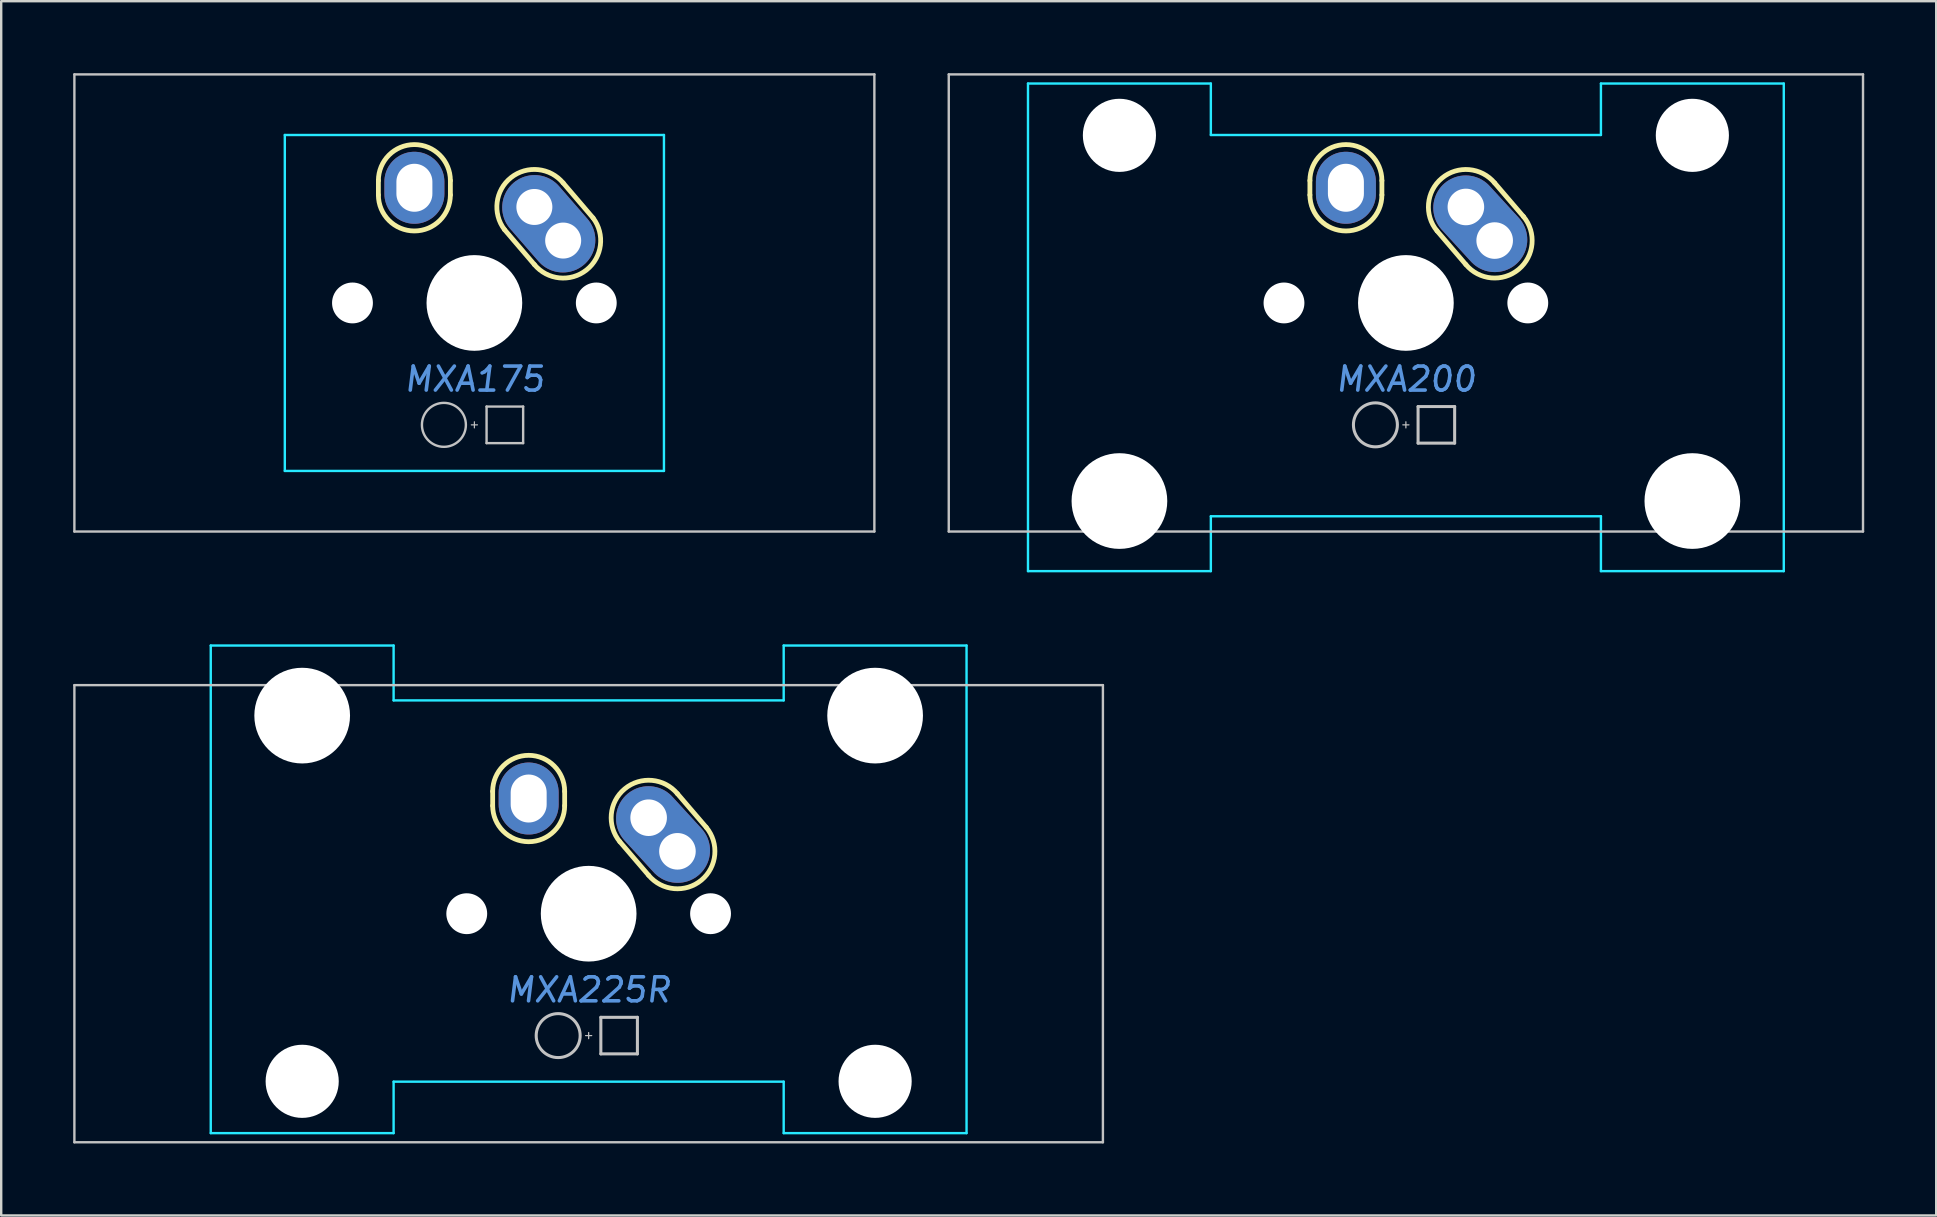
<source format=kicad_pcb>
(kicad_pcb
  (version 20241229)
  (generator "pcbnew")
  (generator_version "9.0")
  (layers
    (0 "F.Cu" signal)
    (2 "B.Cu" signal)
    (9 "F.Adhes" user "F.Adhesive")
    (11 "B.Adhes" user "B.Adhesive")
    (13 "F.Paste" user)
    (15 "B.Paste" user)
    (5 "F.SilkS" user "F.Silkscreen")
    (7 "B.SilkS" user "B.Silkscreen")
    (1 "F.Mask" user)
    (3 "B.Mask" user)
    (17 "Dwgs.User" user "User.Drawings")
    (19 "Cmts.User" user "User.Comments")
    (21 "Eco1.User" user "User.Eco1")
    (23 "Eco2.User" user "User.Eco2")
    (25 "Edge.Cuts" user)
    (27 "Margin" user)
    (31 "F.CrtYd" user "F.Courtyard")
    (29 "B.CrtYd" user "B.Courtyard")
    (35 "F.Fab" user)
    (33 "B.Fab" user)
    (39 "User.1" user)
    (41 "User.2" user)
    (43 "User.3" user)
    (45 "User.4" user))
  (footprint "MXA225R"
    (layer "F.Cu")
    (at 21.481 35.027)
    (property "Reference" "MXA225R" (at 0 3.175 0) (layer "Cmts.User") (effects (font (size 1 1) (thickness 0.15) (italic yes))))
    (attr through_hole)
    (fp_line (start -4 -4.5) (end -4 -5.1) (stroke (width 0.2) (type solid)) (layer "F.SilkS"))
    (fp_line (start -1 -4.5) (end -1 -5.1) (stroke (width 0.2) (type solid)) (layer "F.SilkS"))
    (fp_line (start 1.3 -3) (end 2.5 -1.6) (stroke (width 0.2) (type solid)) (layer "F.SilkS"))
    (fp_line (start 3.7 -5) (end 4.9 -3.6) (stroke (width 0.2) (type solid)) (layer "F.SilkS"))
    (fp_arc (start -4 -5.1) (mid -2.5 -6.6) (end -1 -5.1) (stroke (width 0.2) (type solid)) (layer "F.SilkS"))
    (fp_arc (start -1 -4.5) (mid -2.5 -3) (end -4 -4.5) (stroke (width 0.2) (type solid)) (layer "F.SilkS"))
    (fp_arc (start 1.3 -3) (mid 1.5 -5.2) (end 3.7 -5) (stroke (width 0.2) (type solid)) (layer "F.SilkS"))
    (fp_arc (start 4.9 -3.6) (mid 4.7 -1.4) (end 2.5 -1.6) (stroke (width 0.2) (type solid)) (layer "F.SilkS"))
    (fp_line (start -21.431 -9.525) (end -21.431 9.525) (stroke (width 0.1) (type solid)) (layer "Dwgs.User"))
    (fp_line (start -0.127 5.08) (end 0.127 5.08) (stroke (width 0.051) (type solid)) (layer "Dwgs.User"))
    (fp_line (start 0 4.953) (end 0 5.207) (stroke (width 0.051) (type solid)) (layer "Dwgs.User"))
    (fp_line (start 0.508 4.318) (end 0.508 5.842) (stroke (width 0.127) (type solid)) (layer "Dwgs.User"))
    (fp_line (start 0.508 4.318) (end 2.032 4.318) (stroke (width 0.127) (type solid)) (layer "Dwgs.User"))
    (fp_line (start 0.508 5.842) (end 2.032 5.842) (stroke (width 0.127) (type solid)) (layer "Dwgs.User"))
    (fp_line (start 2.032 5.842) (end 2.032 4.318) (stroke (width 0.127) (type solid)) (layer "Dwgs.User"))
    (fp_line (start 21.431 -9.525) (end -21.431 -9.525) (stroke (width 0.1) (type solid)) (layer "Dwgs.User"))
    (fp_line (start 21.431 -9.525) (end 21.431 9.525) (stroke (width 0.1) (type solid)) (layer "Dwgs.User"))
    (fp_line (start 21.431 9.525) (end -21.431 9.525) (stroke (width 0.1) (type solid)) (layer "Dwgs.User"))
    (fp_circle (center -1.27 5.08) (end -0.354 5.08) (stroke (width 0.127) (type solid)) (fill no) (layer "Dwgs.User"))
    (fp_line (start -15.748 9.144) (end -15.748 -11.176) (stroke (width 0.1) (type solid)) (layer "B.CrtYd"))
    (fp_line (start -8.128 -11.176) (end -15.748 -11.176) (stroke (width 0.1) (type solid)) (layer "B.CrtYd"))
    (fp_line (start -8.128 -8.89) (end -8.128 -11.176) (stroke (width 0.1) (type solid)) (layer "B.CrtYd"))
    (fp_line (start -8.128 7) (end -8.128 9.144) (stroke (width 0.1) (type solid)) (layer "B.CrtYd"))
    (fp_line (start -8.128 7) (end 8.128 7) (stroke (width 0.1) (type solid)) (layer "B.CrtYd"))
    (fp_line (start -8.128 9.144) (end -15.748 9.144) (stroke (width 0.1) (type solid)) (layer "B.CrtYd"))
    (fp_line (start 8.128 -8.89) (end -8.128 -8.89) (stroke (width 0.1) (type solid)) (layer "B.CrtYd"))
    (fp_line (start 8.128 -8.89) (end 8.128 -11.176) (stroke (width 0.1) (type solid)) (layer "B.CrtYd"))
    (fp_line (start 8.128 7) (end 8.128 9.144) (stroke (width 0.1) (type solid)) (layer "B.CrtYd"))
    (fp_line (start 15.748 -11.176) (end 8.128 -11.176) (stroke (width 0.1) (type solid)) (layer "B.CrtYd"))
    (fp_line (start 15.748 9.144) (end 8.128 9.144) (stroke (width 0.1) (type solid)) (layer "B.CrtYd"))
    (fp_line (start 15.748 9.144) (end 15.748 -11.176) (stroke (width 0.1) (type solid)) (layer "B.CrtYd"))
    (pad "" np_thru_hole circle (at -11.938 -8.255) (size 3.988 3.988) (drill 3.988) (layers "*.Cu" "*.Mask"))
    (pad "" np_thru_hole circle (at -11.938 6.985) (size 3.048 3.048) (drill 3.048) (layers "*.Cu" "*.Mask"))
    (pad "" np_thru_hole circle (at -5.08 0) (size 1.702 1.702) (drill 1.702) (layers "*.Cu" "*.Mask"))
    (pad "" np_thru_hole circle (at 0 0) (size 3.988 3.988) (drill 3.988) (layers "*.Cu" "*.Mask"))
    (pad "" np_thru_hole circle (at 5.08 0) (size 1.702 1.702) (drill 1.702) (layers "*.Cu" "*.Mask"))
    (pad "" np_thru_hole circle (at 11.938 -8.255) (size 3.988 3.988) (drill 3.988) (layers "*.Cu" "*.Mask"))
    (pad "" np_thru_hole circle (at 11.938 6.985) (size 3.048 3.048) (drill 3.048) (layers "*.Cu" "*.Mask"))
    (pad "1" thru_hole oval (at -2.5 -4.8) (size 2.5 3) (drill oval 1.5 2) (layers "*.Cu" "*.Mask"))
    (pad "2" thru_hole circle (at 2.5 -4) (size 2.5 2.5) (drill 1.524) (layers "*.Cu" "*.Mask"))
    (pad "2" smd oval (at 3.1 -3.3 222.5) (size 2.7 4.5) (layers "F.Cu" "F.Mask"))
    (pad "2" smd oval (at 3.1 -3.3 222.5) (size 2.7 4.5) (layers "B.Cu" "B.Mask"))
    (pad "2" thru_hole circle (at 3.7 -2.6) (size 2.5 2.5) (drill 1.524) (layers "*.Cu" "*.Mask")))
  (footprint "MXA200"
    (layer "F.Cu")
    (at 55.538 9.575)
    (property "Reference" "MXA200" (at 0 3.175 0) (layer "Cmts.User") (effects (font (size 1 1) (thickness 0.15) (italic yes))))
    (attr through_hole)
    (fp_line (start -4 -4.5) (end -4 -5.1) (stroke (width 0.2) (type solid)) (layer "F.SilkS"))
    (fp_line (start -1 -4.5) (end -1 -5.1) (stroke (width 0.2) (type solid)) (layer "F.SilkS"))
    (fp_line (start 1.3 -3) (end 2.5 -1.6) (stroke (width 0.2) (type solid)) (layer "F.SilkS"))
    (fp_line (start 3.7 -5) (end 4.9 -3.6) (stroke (width 0.2) (type solid)) (layer "F.SilkS"))
    (fp_arc (start -4 -5.1) (mid -2.5 -6.6) (end -1 -5.1) (stroke (width 0.2) (type solid)) (layer "F.SilkS"))
    (fp_arc (start -1 -4.5) (mid -2.5 -3) (end -4 -4.5) (stroke (width 0.2) (type solid)) (layer "F.SilkS"))
    (fp_arc (start 1.3 -3) (mid 1.5 -5.2) (end 3.7 -5) (stroke (width 0.2) (type solid)) (layer "F.SilkS"))
    (fp_arc (start 4.9 -3.6) (mid 4.7 -1.4) (end 2.5 -1.6) (stroke (width 0.2) (type solid)) (layer "F.SilkS"))
    (fp_line (start -19.05 -9.525) (end -19.05 9.525) (stroke (width 0.1) (type solid)) (layer "Dwgs.User"))
    (fp_line (start -19.05 -9.525) (end 19.05 -9.525) (stroke (width 0.1) (type solid)) (layer "Dwgs.User"))
    (fp_line (start -19.05 9.525) (end 19.05 9.525) (stroke (width 0.1) (type solid)) (layer "Dwgs.User"))
    (fp_line (start -0.127 5.08) (end 0.127 5.08) (stroke (width 0.051) (type solid)) (layer "Dwgs.User"))
    (fp_line (start 0 4.953) (end 0 5.207) (stroke (width 0.051) (type solid)) (layer "Dwgs.User"))
    (fp_line (start 0.508 4.318) (end 0.508 5.842) (stroke (width 0.127) (type solid)) (layer "Dwgs.User"))
    (fp_line (start 0.508 4.318) (end 2.032 4.318) (stroke (width 0.127) (type solid)) (layer "Dwgs.User"))
    (fp_line (start 0.508 5.842) (end 2.032 5.842) (stroke (width 0.127) (type solid)) (layer "Dwgs.User"))
    (fp_line (start 2.032 5.842) (end 2.032 4.318) (stroke (width 0.127) (type solid)) (layer "Dwgs.User"))
    (fp_line (start 19.05 -9.525) (end 19.05 9.525) (stroke (width 0.1) (type solid)) (layer "Dwgs.User"))
    (fp_circle (center -1.27 5.08) (end -0.354 5.08) (stroke (width 0.127) (type solid)) (fill no) (layer "Dwgs.User"))
    (fp_line (start -15.748 -9.144) (end -15.748 11.176) (stroke (width 0.1) (type solid)) (layer "B.CrtYd"))
    (fp_line (start -15.748 -9.144) (end -8.128 -9.144) (stroke (width 0.1) (type solid)) (layer "B.CrtYd"))
    (fp_line (start -15.748 11.176) (end -8.128 11.176) (stroke (width 0.1) (type solid)) (layer "B.CrtYd"))
    (fp_line (start -8.128 -7) (end -8.128 -9.144) (stroke (width 0.1) (type solid)) (layer "B.CrtYd"))
    (fp_line (start -8.128 8.89) (end -8.128 11.176) (stroke (width 0.1) (type solid)) (layer "B.CrtYd"))
    (fp_line (start -8.128 8.89) (end 8.128 8.89) (stroke (width 0.1) (type solid)) (layer "B.CrtYd"))
    (fp_line (start 8.128 -9.144) (end 15.748 -9.144) (stroke (width 0.1) (type solid)) (layer "B.CrtYd"))
    (fp_line (start 8.128 -7) (end -8.128 -7) (stroke (width 0.1) (type solid)) (layer "B.CrtYd"))
    (fp_line (start 8.128 -7) (end 8.128 -9.144) (stroke (width 0.1) (type solid)) (layer "B.CrtYd"))
    (fp_line (start 8.128 8.89) (end 8.128 11.176) (stroke (width 0.1) (type solid)) (layer "B.CrtYd"))
    (fp_line (start 8.128 11.176) (end 15.748 11.176) (stroke (width 0.1) (type solid)) (layer "B.CrtYd"))
    (fp_line (start 15.748 -9.144) (end 15.748 11.176) (stroke (width 0.1) (type solid)) (layer "B.CrtYd"))
    (pad "" np_thru_hole circle (at -11.938 -6.985 180) (size 3.048 3.048) (drill 3.048) (layers "*.Cu" "*.Mask"))
    (pad "" np_thru_hole circle (at -11.938 8.255 180) (size 3.988 3.988) (drill 3.988) (layers "*.Cu" "*.Mask"))
    (pad "" np_thru_hole circle (at -5.08 0) (size 1.702 1.702) (drill 1.702) (layers "*.Cu" "*.Mask"))
    (pad "" np_thru_hole circle (at 0 0) (size 3.988 3.988) (drill 3.988) (layers "*.Cu" "*.Mask"))
    (pad "" np_thru_hole circle (at 5.08 0) (size 1.702 1.702) (drill 1.702) (layers "*.Cu" "*.Mask"))
    (pad "" np_thru_hole circle (at 11.938 -6.985 180) (size 3.048 3.048) (drill 3.048) (layers "*.Cu" "*.Mask"))
    (pad "" np_thru_hole circle (at 11.938 8.255 180) (size 3.988 3.988) (drill 3.988) (layers "*.Cu" "*.Mask"))
    (pad "1" thru_hole oval (at -2.5 -4.8) (size 2.5 3) (drill oval 1.5 2) (layers "*.Cu" "*.Mask"))
    (pad "2" thru_hole circle (at 2.5 -4) (size 2.5 2.5) (drill 1.524) (layers "*.Cu" "*.Mask"))
    (pad "2" smd oval (at 3.1 -3.3 222.5) (size 2.7 4.5) (layers "F.Cu" "F.Mask"))
    (pad "2" smd oval (at 3.1 -3.3 222.5) (size 2.7 4.5) (layers "B.Cu" "B.Mask"))
    (pad "2" thru_hole circle (at 3.7 -2.6) (size 2.5 2.5) (drill 1.524) (layers "*.Cu" "*.Mask")))
  (footprint "MXA175"
    (layer "F.Cu")
    (at 16.719 9.575)
    (property "Reference" "MXA175" (at 0 3.175 0) (layer "Cmts.User") (effects (font (size 1 1) (thickness 0.15) (italic yes))))
    (attr through_hole)
    (fp_line (start -4 -4.5) (end -4 -5.1) (stroke (width 0.2) (type solid)) (layer "F.SilkS"))
    (fp_line (start -1 -4.5) (end -1 -5.1) (stroke (width 0.2) (type solid)) (layer "F.SilkS"))
    (fp_line (start 2.5 -1.6) (end 1.254 -3.058) (stroke (width 0.2) (type solid)) (layer "F.SilkS"))
    (fp_line (start 4.946 -3.542) (end 3.7 -5) (stroke (width 0.2) (type solid)) (layer "F.SilkS"))
    (fp_arc (start -4 -5.1) (mid -2.5 -6.6) (end -1 -5.1) (stroke (width 0.2) (type solid)) (layer "F.SilkS"))
    (fp_arc (start -1 -4.5) (mid -2.5 -3) (end -4 -4.5) (stroke (width 0.2) (type solid)) (layer "F.SilkS"))
    (fp_arc (start 1.254139 -3.057753) (mid 1.528606 -5.223271) (end 3.7 -5) (stroke (width 0.2) (type solid)) (layer "F.SilkS"))
    (fp_arc (start 4.945861 -3.542247) (mid 4.671394 -1.376729) (end 2.5 -1.6) (stroke (width 0.2) (type solid)) (layer "F.SilkS"))
    (fp_line (start -16.669 9.525) (end -16.669 -9.525) (stroke (width 0.1) (type solid)) (layer "Dwgs.User"))
    (fp_line (start -0.127 5.08) (end 0.127 5.08) (stroke (width 0.05) (type solid)) (layer "Dwgs.User"))
    (fp_line (start 0 4.953) (end 0 5.207) (stroke (width 0.05) (type solid)) (layer "Dwgs.User"))
    (fp_line (start 0.508 4.318) (end 0.508 5.842) (stroke (width 0.1) (type solid)) (layer "Dwgs.User"))
    (fp_line (start 0.508 4.318) (end 2.032 4.318) (stroke (width 0.1) (type solid)) (layer "Dwgs.User"))
    (fp_line (start 2.032 5.842) (end 0.508 5.842) (stroke (width 0.1) (type solid)) (layer "Dwgs.User"))
    (fp_line (start 2.032 5.842) (end 2.032 4.318) (stroke (width 0.1) (type solid)) (layer "Dwgs.User"))
    (fp_line (start 16.669 -9.525) (end -16.669 -9.525) (stroke (width 0.1) (type solid)) (layer "Dwgs.User"))
    (fp_line (start 16.669 -9.525) (end 16.669 9.525) (stroke (width 0.1) (type solid)) (layer "Dwgs.User"))
    (fp_line (start 16.669 9.525) (end -16.669 9.525) (stroke (width 0.1) (type solid)) (layer "Dwgs.User"))
    (fp_circle (center -1.27 5.08) (end -0.354 5.08) (stroke (width 0.1) (type solid)) (fill no) (layer "Dwgs.User"))
    (fp_line (start -7.9 -7) (end 7.9 -7) (stroke (width 0.1) (type solid)) (layer "B.CrtYd"))
    (fp_line (start -7.9 7) (end -7.9 -7) (stroke (width 0.1) (type solid)) (layer "B.CrtYd"))
    (fp_line (start -7.9 7) (end 7.9 7) (stroke (width 0.1) (type solid)) (layer "B.CrtYd"))
    (fp_line (start 7.9 7) (end 7.9 -7) (stroke (width 0.1) (type solid)) (layer "B.CrtYd"))
    (pad "" np_thru_hole circle (at -5.08 0) (size 1.702 1.702) (drill 1.702) (layers "*.Cu" "*.Mask"))
    (pad "" np_thru_hole circle (at 0 0) (size 3.988 3.988) (drill 3.988) (layers "*.Cu" "*.Mask"))
    (pad "" np_thru_hole circle (at 5.08 0) (size 1.702 1.702) (drill 1.702) (layers "*.Cu" "*.Mask"))
    (pad "1" thru_hole oval (at -2.5 -4.8) (size 2.5 3) (drill oval 1.5 2) (layers "*.Cu" "*.Mask"))
    (pad "2" thru_hole circle (at 2.5 -4 45) (size 2.5 2.5) (drill 1.5) (layers "*.Cu" "*.Mask"))
    (pad "2" smd oval (at 3.1 -3.3 221) (size 2.7 4.5) (layers "F.Cu" "F.Mask"))
    (pad "2" smd oval (at 3.1 -3.3 221) (size 2.7 4.5) (layers "B.Cu" "B.Mask"))
    (pad "2" thru_hole circle (at 3.7 -2.6 45) (size 2.5 2.5) (drill 1.5) (layers "*.Cu" "*.Mask")))
  (gr_rect
    (start -3 -3)
    (end 77.638 47.602)
    (stroke (width 0.1) (type default))
    (fill no)
    (layer "Edge.Cuts")))
</source>
